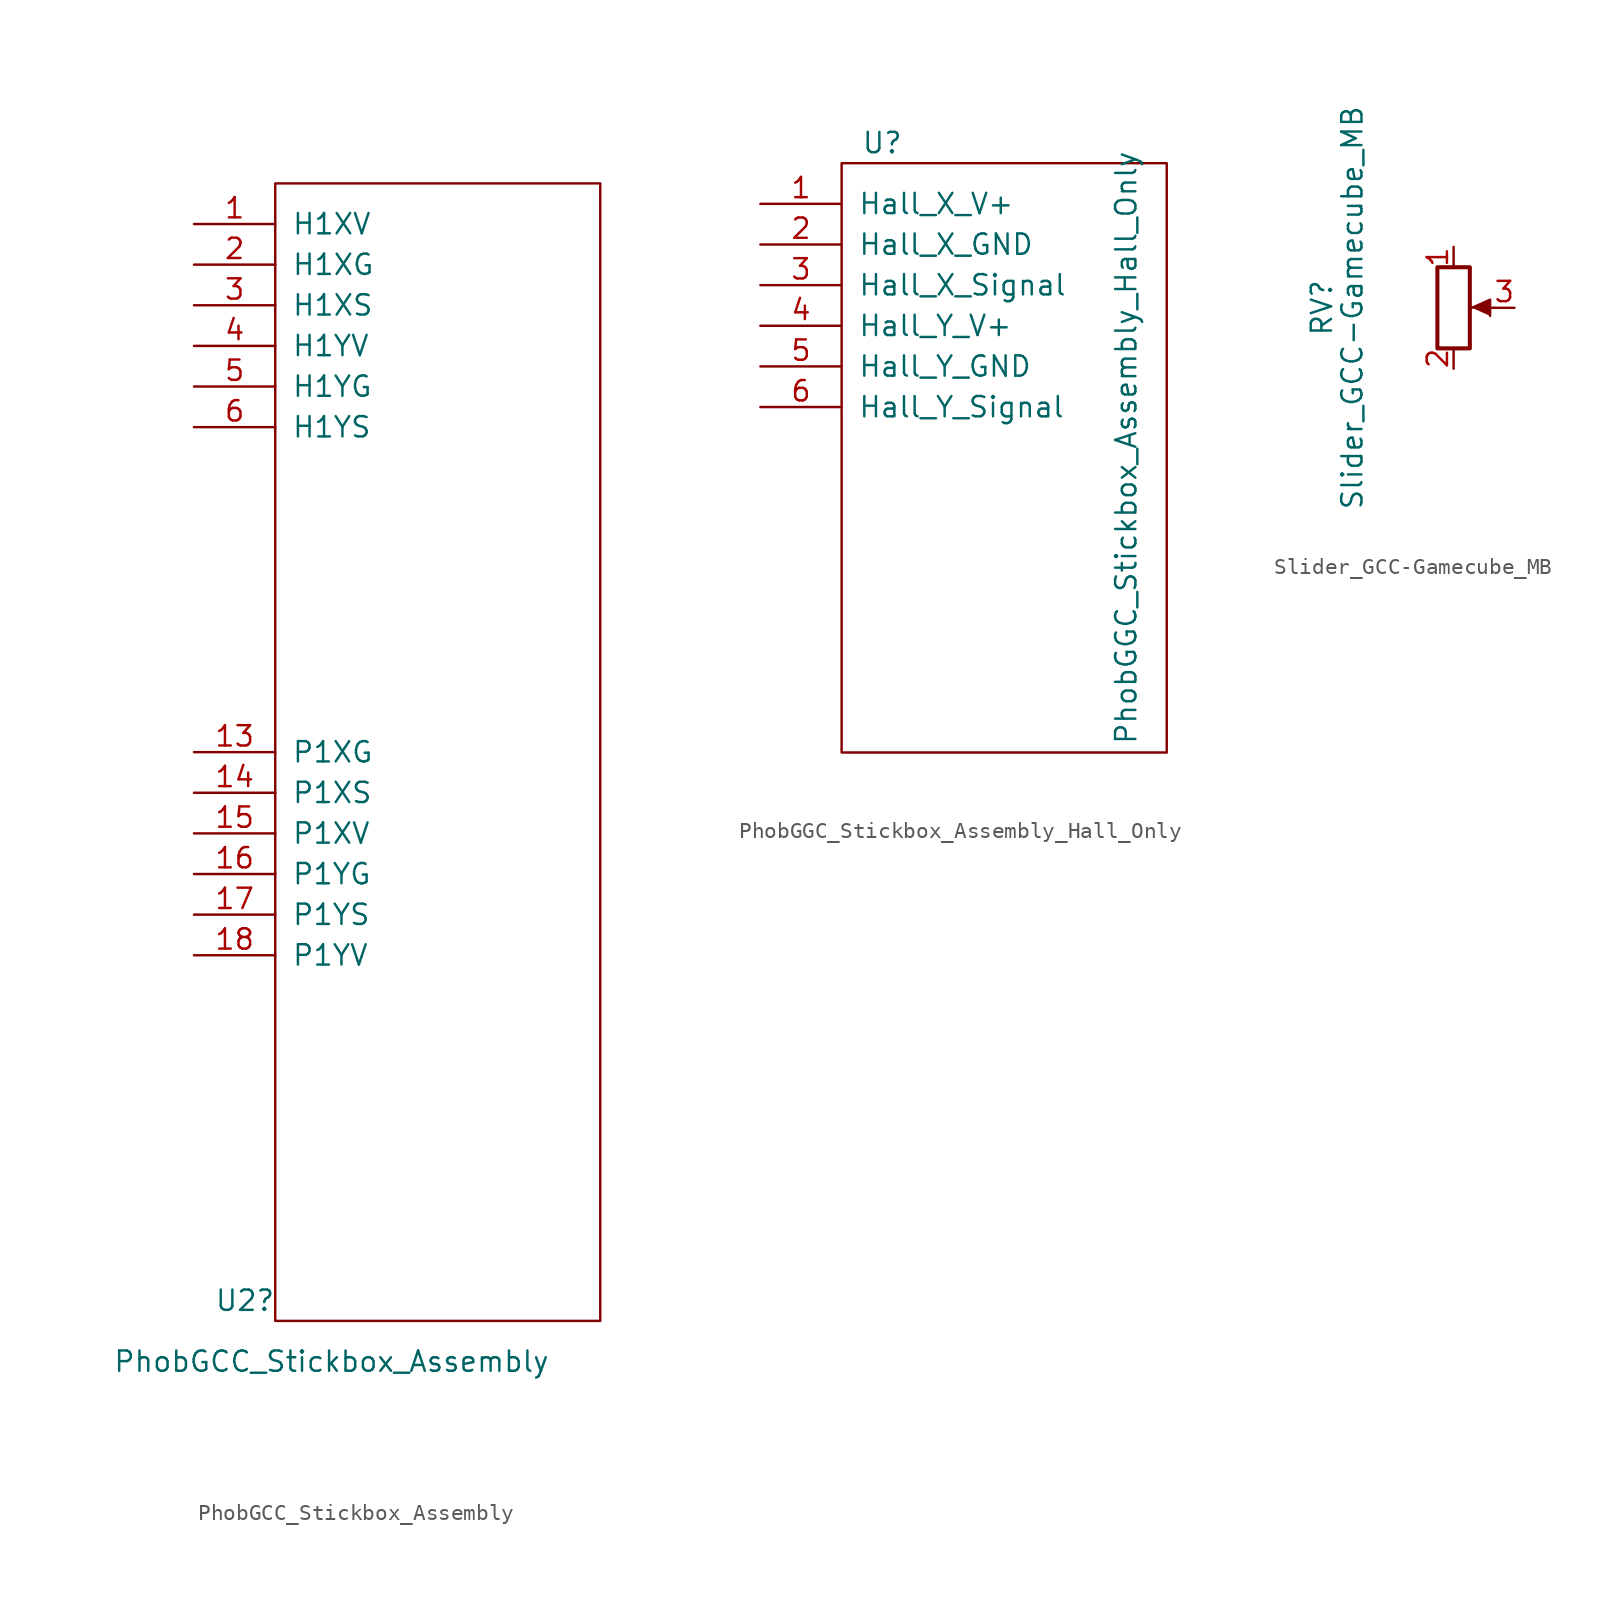
<source format=kicad_sym>
(kicad_symbol_lib
  (version 20211014)
  (generator kicad_symbol_editor)
  (symbol "PhobGCC_Stickbox_Assembly"
    (pin_names
      (offset 1.016))
    (property "Reference" "U2"
      (at -3.81 -69.85 0)
      (effects (font (size 1.27 1.27)) (justify left)))
    (property "Value" "PhobGCC_Stickbox_Assembly"
      (at -10.16 -73.66 0)
      (effects (font (size 1.27 1.27)) (justify left)))
    (symbol "PhobGCC_Stickbox_Assembly_0_0"
      (pin unspecified line (at -5.08 -2.54 0) (length 5.08) (name "H1XV" (effects (font (size 1.27 1.27)))) (number "1" (effects (font (size 1.27 1.27)))))
      (pin unspecified line (at -5.08 -35.56 0) (length 5.08) (name "P1XG" (effects (font (size 1.27 1.27)))) (number "13" (effects (font (size 1.27 1.27)))))
      (pin unspecified line (at -5.08 -38.1 0) (length 5.08) (name "P1XS" (effects (font (size 1.27 1.27)))) (number "14" (effects (font (size 1.27 1.27)))))
      (pin unspecified line (at -5.08 -40.64 0) (length 5.08) (name "P1XV" (effects (font (size 1.27 1.27)))) (number "15" (effects (font (size 1.27 1.27)))))
      (pin unspecified line (at -5.08 -43.18 0) (length 5.08) (name "P1YG" (effects (font (size 1.27 1.27)))) (number "16" (effects (font (size 1.27 1.27)))))
      (pin unspecified line (at -5.08 -45.72 0) (length 5.08) (name "P1YS" (effects (font (size 1.27 1.27)))) (number "17" (effects (font (size 1.27 1.27)))))
      (pin unspecified line (at -5.08 -48.26 0) (length 5.08) (name "P1YV" (effects (font (size 1.27 1.27)))) (number "18" (effects (font (size 1.27 1.27)))))
      (pin unspecified line (at -5.08 -5.08 0) (length 5.08) (name "H1XG" (effects (font (size 1.27 1.27)))) (number "2" (effects (font (size 1.27 1.27)))))
      (pin unspecified line (at -5.08 -7.62 0) (length 5.08) (name "H1XS" (effects (font (size 1.27 1.27)))) (number "3" (effects (font (size 1.27 1.27)))))
      (pin unspecified line (at -5.08 -10.16 0) (length 5.08) (name "H1YV" (effects (font (size 1.27 1.27)))) (number "4" (effects (font (size 1.27 1.27)))))
      (pin unspecified line (at -5.08 -12.7 0) (length 5.08) (name "H1YG" (effects (font (size 1.27 1.27)))) (number "5" (effects (font (size 1.27 1.27)))))
      (pin unspecified line (at -5.08 -15.24 0) (length 5.08) (name "H1YS" (effects (font (size 1.27 1.27)))) (number "6" (effects (font (size 1.27 1.27))))))
    (symbol "PhobGCC_Stickbox_Assembly_0_1"
      (rectangle (start 0 0) (end 20.32 -71.12) (stroke (width 0) (type default) (color 0 0 0 0)) (fill (type none)))))
  (symbol "PhobGGC_Stickbox_Assembly_Hall_Only"
    (pin_names
      (offset 1.016))
    (property "Reference" "U"
      (at 2.54 1.27 0)
      (effects (font (size 1.27 1.27))))
    (property "Value" "PhobGGC_Stickbox_Assembly_Hall_Only"
      (at 17.78 -17.78 90)
      (effects (font (size 1.27 1.27))))
    (symbol "PhobGGC_Stickbox_Assembly_Hall_Only_0_0"
      (pin unspecified line (at -5.08 -2.54 0) (length 5.08) (name "Hall_X_V+" (effects (font (size 1.27 1.27)))) (number "1" (effects (font (size 1.27 1.27)))))
      (pin unspecified line (at -5.08 -5.08 0) (length 5.08) (name "Hall_X_GND" (effects (font (size 1.27 1.27)))) (number "2" (effects (font (size 1.27 1.27)))))
      (pin unspecified line (at -5.08 -7.62 0) (length 5.08) (name "Hall_X_Signal" (effects (font (size 1.27 1.27)))) (number "3" (effects (font (size 1.27 1.27)))))
      (pin unspecified line (at -5.08 -10.16 0) (length 5.08) (name "Hall_Y_V+" (effects (font (size 1.27 1.27)))) (number "4" (effects (font (size 1.27 1.27)))))
      (pin unspecified line (at -5.08 -12.7 0) (length 5.08) (name "Hall_Y_GND" (effects (font (size 1.27 1.27)))) (number "5" (effects (font (size 1.27 1.27)))))
      (pin unspecified line (at -5.08 -15.24 0) (length 5.08) (name "Hall_Y_Signal" (effects (font (size 1.27 1.27)))) (number "6" (effects (font (size 1.27 1.27))))))
    (symbol "PhobGGC_Stickbox_Assembly_Hall_Only_0_1"
      (rectangle (start 0 0) (end 20.32 -36.83) (stroke (width 0) (type default) (color 0 0 0 0)) (fill (type none)))))
  (symbol "Slider_GCC-Gamecube_MB"
    (pin_names
      (offset 1.016) hide)
    (property "Reference" "RV"
      (at -8.255 0 90)
      (effects (font (size 1.27 1.27))))
    (property "Value" "Slider_GCC-Gamecube_MB"
      (at -6.35 0 90)
      (effects (font (size 1.27 1.27))))
    (symbol "Slider_GCC-Gamecube_MB_0_1"
      (polyline (pts (xy 2.54 0) (xy 1.524 0)) (stroke (width 0) (type default) (color 0 0 0 0)) (fill (type none)))
      (polyline (pts (xy 1.143 0) (xy 2.286 0.508) (xy 2.286 -0.508)) (stroke (width 0) (type default) (color 0 0 0 0)) (fill (type outline)))
      (rectangle (start 1.016 2.54) (end -1.016 -2.54) (stroke (width 0.254) (type default) (color 0 0 0 0)) (fill (type none))))
    (symbol "Slider_GCC-Gamecube_MB_1_1"
      (pin passive line (at 0 3.81 270) (length 1.27) (name "V+" (effects (font (size 1.27 1.27)))) (number "1" (effects (font (size 1.27 1.27)))))
      (pin passive line (at 0 -3.81 90) (length 1.27) (name "GND" (effects (font (size 1.27 1.27)))) (number "2" (effects (font (size 1.27 1.27)))))
      (pin passive line (at 3.81 0 180) (length 1.27) (name "Signal" (effects (font (size 1.27 1.27)))) (number "3" (effects (font (size 1.27 1.27))))))))
</source>
